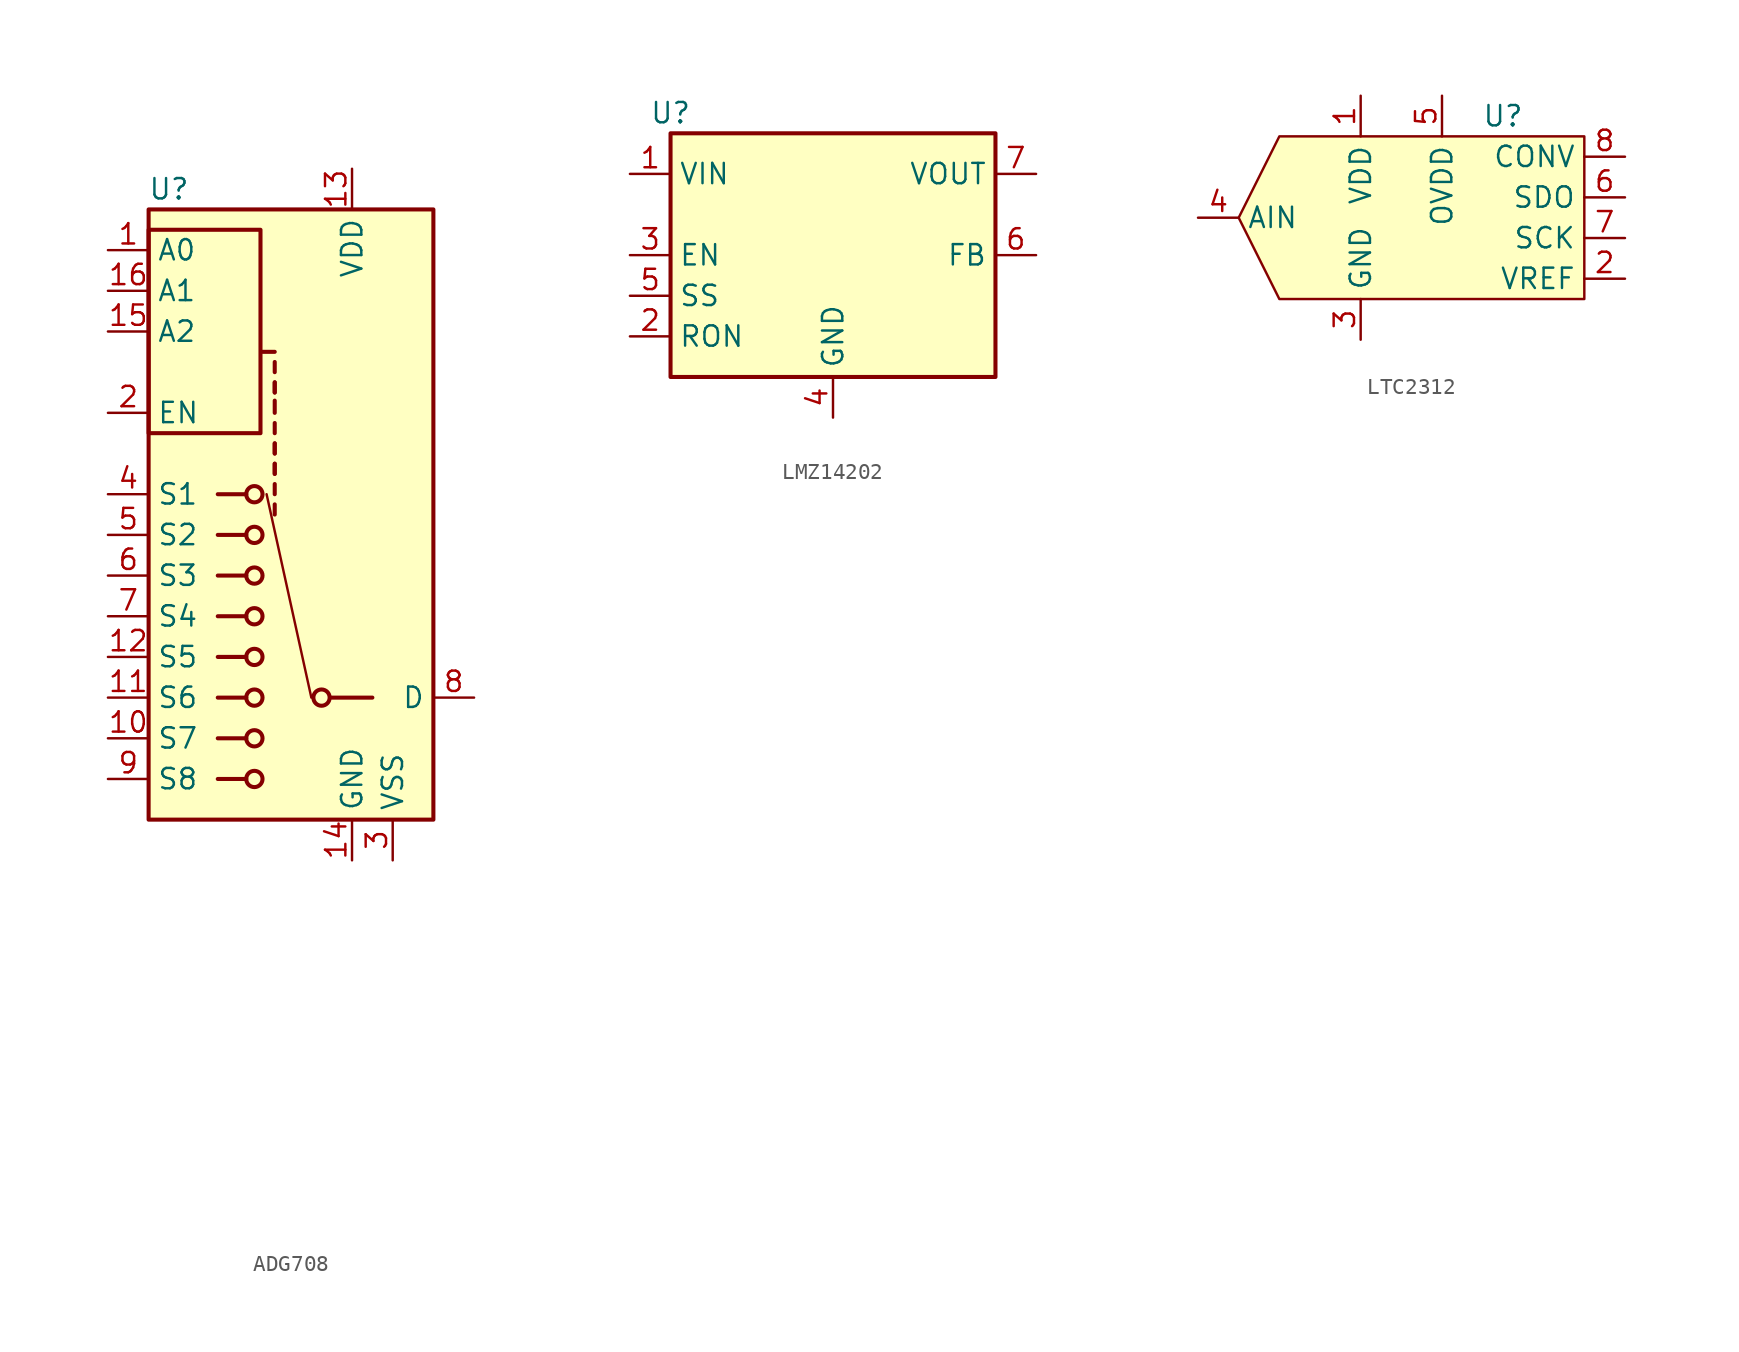
<source format=kicad_sym>
(kicad_symbol_lib
  (version 20220914)
  (generator kicad_symbol_editor)
  (symbol "ADG708"
    (property "Reference" "U"
      (at 3.81 59.69 0)
      (effects (font (size 1.27 1.27))))
    (property "Value" ""
      (at 0 0 0)
      (effects (font (size 1.27 1.27))))
    (symbol "ADG708_0_1"
      (polyline (pts (xy 8.636 22.86) (xy 6.858 22.86)) (stroke (width 0.254) (type default)) (fill (type none)))
      (polyline (pts (xy 8.636 25.4) (xy 6.858 25.4)) (stroke (width 0.254) (type default)) (fill (type none)))
      (polyline (pts (xy 8.636 27.94) (xy 6.858 27.94)) (stroke (width 0.254) (type default)) (fill (type none)))
      (polyline (pts (xy 8.636 30.48) (xy 6.858 30.48)) (stroke (width 0.254) (type default)) (fill (type none)))
      (polyline (pts (xy 8.636 33.02) (xy 6.858 33.02)) (stroke (width 0.254) (type default)) (fill (type none)))
      (polyline (pts (xy 8.636 35.56) (xy 6.858 35.56)) (stroke (width 0.254) (type default)) (fill (type none)))
      (polyline (pts (xy 8.636 38.1) (xy 6.858 38.1)) (stroke (width 0.254) (type default)) (fill (type none)))
      (polyline (pts (xy 8.636 40.64) (xy 6.858 40.64)) (stroke (width 0.254) (type default)) (fill (type none)))
      (polyline (pts (xy 9.652 49.53) (xy 10.414 49.53)) (stroke (width 0.254) (type default)) (fill (type none)))
      (polyline (pts (xy 10.414 39.37) (xy 10.414 40.005)) (stroke (width 0.254) (type default)) (fill (type none)))
      (polyline (pts (xy 10.414 40.64) (xy 10.414 41.275)) (stroke (width 0.254) (type default)) (fill (type none)))
      (polyline (pts (xy 10.414 41.91) (xy 10.414 42.545)) (stroke (width 0.254) (type default)) (fill (type none)))
      (polyline (pts (xy 10.414 41.91) (xy 10.414 42.545)) (stroke (width 0.254) (type default)) (fill (type none)))
      (polyline (pts (xy 10.414 43.18) (xy 10.414 43.815)) (stroke (width 0.254) (type default)) (fill (type none)))
      (polyline (pts (xy 10.414 43.18) (xy 10.414 43.815)) (stroke (width 0.254) (type default)) (fill (type none)))
      (polyline (pts (xy 10.414 44.45) (xy 10.414 45.085)) (stroke (width 0.254) (type default)) (fill (type none)))
      (polyline (pts (xy 10.414 45.72) (xy 10.414 46.482)) (stroke (width 0.254) (type default)) (fill (type none)))
      (polyline (pts (xy 10.414 46.99) (xy 10.414 47.625)) (stroke (width 0.254) (type default)) (fill (type none)))
      (polyline (pts (xy 10.414 46.99) (xy 10.414 47.625)) (stroke (width 0.254) (type default)) (fill (type none)))
      (polyline (pts (xy 10.414 48.26) (xy 10.414 48.895)) (stroke (width 0.254) (type default)) (fill (type none)))
      (polyline (pts (xy 12.7 27.94) (xy 9.906 40.64)) (stroke (width 0.152) (type default)) (fill (type none)))
      (polyline (pts (xy 16.51 27.94) (xy 13.97 27.94)) (stroke (width 0.254) (type default)) (fill (type none)))
      (rectangle (start 2.54 57.15) (end 9.525 44.45) (stroke (width 0.254) (type default)) (fill (type none)))
      (rectangle (start 2.54 58.42) (end 20.32 20.32) (stroke (width 0.254) (type default)) (fill (type background)))
      (circle (center 9.144 22.86) (radius 0.508) (stroke (width 0.254) (type default)) (fill (type none)))
      (circle (center 9.144 25.4) (radius 0.508) (stroke (width 0.254) (type default)) (fill (type none)))
      (circle (center 9.144 27.94) (radius 0.508) (stroke (width 0.254) (type default)) (fill (type none)))
      (circle (center 9.144 30.48) (radius 0.508) (stroke (width 0.254) (type default)) (fill (type none)))
      (circle (center 9.144 33.02) (radius 0.508) (stroke (width 0.254) (type default)) (fill (type none)))
      (circle (center 9.144 35.56) (radius 0.508) (stroke (width 0.254) (type default)) (fill (type none)))
      (circle (center 9.144 38.1) (radius 0.508) (stroke (width 0.254) (type default)) (fill (type none)))
      (circle (center 9.144 40.64) (radius 0.508) (stroke (width 0.254) (type default)) (fill (type none)))
      (circle (center 13.335 27.94) (radius 0.508) (stroke (width 0.254) (type default)) (fill (type none))))
    (symbol "ADG708_1_1"
      (pin input line (at 0 55.88 0) (length 2.54) (name "A0" (effects (font (size 1.27 1.27)))) (number "1" (effects (font (size 1.27 1.27)))))
      (pin bidirectional line (at 0 25.4 0) (length 2.54) (name "S7" (effects (font (size 1.27 1.27)))) (number "10" (effects (font (size 1.27 1.27)))))
      (pin bidirectional line (at 0 27.94 0) (length 2.54) (name "S6" (effects (font (size 1.27 1.27)))) (number "11" (effects (font (size 1.27 1.27)))))
      (pin bidirectional line (at 0 30.48 0) (length 2.54) (name "S5" (effects (font (size 1.27 1.27)))) (number "12" (effects (font (size 1.27 1.27)))))
      (pin power_in line (at 15.24 60.96 270) (length 2.54) (name "VDD" (effects (font (size 1.27 1.27)))) (number "13" (effects (font (size 1.27 1.27)))))
      (pin power_in line (at 15.24 17.78 90) (length 2.54) (name "GND" (effects (font (size 1.27 1.27)))) (number "14" (effects (font (size 1.27 1.27)))))
      (pin input line (at 0 50.8 0) (length 2.54) (name "A2" (effects (font (size 1.27 1.27)))) (number "15" (effects (font (size 1.27 1.27)))))
      (pin input line (at 0 53.34 0) (length 2.54) (name "A1" (effects (font (size 1.27 1.27)))) (number "16" (effects (font (size 1.27 1.27)))))
      (pin input line (at 0 45.72 0) (length 2.54) (name "EN" (effects (font (size 1.27 1.27)))) (number "2" (effects (font (size 1.27 1.27)))))
      (pin power_in line (at 17.78 17.78 90) (length 2.54) (name "VSS" (effects (font (size 1.27 1.27)))) (number "3" (effects (font (size 1.27 1.27)))))
      (pin bidirectional line (at 0 40.64 0) (length 2.54) (name "S1" (effects (font (size 1.27 1.27)))) (number "4" (effects (font (size 1.27 1.27)))))
      (pin bidirectional line (at 0 38.1 0) (length 2.54) (name "S2" (effects (font (size 1.27 1.27)))) (number "5" (effects (font (size 1.27 1.27)))))
      (pin bidirectional line (at 0 35.56 0) (length 2.54) (name "S3" (effects (font (size 1.27 1.27)))) (number "6" (effects (font (size 1.27 1.27)))))
      (pin bidirectional line (at 0 33.02 0) (length 2.54) (name "S4" (effects (font (size 1.27 1.27)))) (number "7" (effects (font (size 1.27 1.27)))))
      (pin bidirectional line (at 22.86 27.94 180) (length 2.54) (name "D" (effects (font (size 1.27 1.27)))) (number "8" (effects (font (size 1.27 1.27)))))
      (pin bidirectional line (at 0 22.86 0) (length 2.54) (name "S8" (effects (font (size 1.27 1.27)))) (number "9" (effects (font (size 1.27 1.27)))))))
  (symbol "LMZ14202"
    (property "Reference" "U"
      (at -10.16 8.89 0)
      (effects (font (size 1.27 1.27))))
    (property "Value" ""
      (at -10.16 8.89 0)
      (effects (font (size 1.27 1.27))))
    (symbol "LMZ14202_0_1"
      (rectangle (start -10.16 7.62) (end 10.16 -7.62) (stroke (width 0.254) (type default)) (fill (type background))))
    (symbol "LMZ14202_1_1"
      (pin power_in line (at -12.7 5.08 0) (length 2.54) (name "VIN" (effects (font (size 1.27 1.27)))) (number "1" (effects (font (size 1.27 1.27)))))
      (pin passive line (at -12.7 -5.08 0) (length 2.54) (name "RON" (effects (font (size 1.27 1.27)))) (number "2" (effects (font (size 1.27 1.27)))))
      (pin input line (at -12.7 0 0) (length 2.54) (name "EN" (effects (font (size 1.27 1.27)))) (number "3" (effects (font (size 1.27 1.27)))))
      (pin power_in line (at 0 -10.16 90) (length 2.54) (name "GND" (effects (font (size 1.27 1.27)))) (number "4" (effects (font (size 1.27 1.27)))))
      (pin passive line (at -12.7 -2.54 0) (length 2.54) (name "SS" (effects (font (size 1.27 1.27)))) (number "5" (effects (font (size 1.27 1.27)))))
      (pin input line (at 12.7 0 180) (length 2.54) (name "FB" (effects (font (size 1.27 1.27)))) (number "6" (effects (font (size 1.27 1.27)))))
      (pin power_out line (at 12.7 5.08 180) (length 2.54) (name "VOUT" (effects (font (size 1.27 1.27)))) (number "7" (effects (font (size 1.27 1.27)))))))
  (symbol "LTC2312"
    (property "Reference" "U"
      (at 5.08 6.35 0)
      (effects (font (size 1.27 1.27))))
    (property "Value" ""
      (at -3.81 -1.27 0)
      (effects (font (size 1.27 1.27))))
    (symbol "LTC2312_1_1"
      (polyline (pts (xy -11.43 0) (xy -8.89 5.08) (xy 10.16 5.08) (xy 10.16 -5.08) (xy -8.89 -5.08) (xy -11.43 0)) (stroke (width 0) (type default)) (fill (type background)))
      (pin power_in line (at -3.81 7.62 270) (length 2.54) (name "VDD" (effects (font (size 1.27 1.27)))) (number "1" (effects (font (size 1.27 1.27)))))
      (pin power_out line (at 12.7 -3.81 180) (length 2.54) (name "VREF" (effects (font (size 1.27 1.27)))) (number "2" (effects (font (size 1.27 1.27)))))
      (pin power_in line (at -3.81 -7.62 90) (length 2.54) (name "GND" (effects (font (size 1.27 1.27)))) (number "3" (effects (font (size 1.27 1.27)))))
      (pin input line (at -13.97 0 0) (length 2.54) (name "AIN" (effects (font (size 1.27 1.27)))) (number "4" (effects (font (size 1.27 1.27)))))
      (pin power_in line (at 1.27 7.62 270) (length 2.54) (name "OVDD" (effects (font (size 1.27 1.27)))) (number "5" (effects (font (size 1.27 1.27)))))
      (pin output line (at 12.7 1.27 180) (length 2.54) (name "SDO" (effects (font (size 1.27 1.27)))) (number "6" (effects (font (size 1.27 1.27)))))
      (pin input line (at 12.7 -1.27 180) (length 2.54) (name "SCK" (effects (font (size 1.27 1.27)))) (number "7" (effects (font (size 1.27 1.27)))))
      (pin input line (at 12.7 3.81 180) (length 2.54) (name "CONV" (effects (font (size 1.27 1.27)))) (number "8" (effects (font (size 1.27 1.27))))))))
</source>
